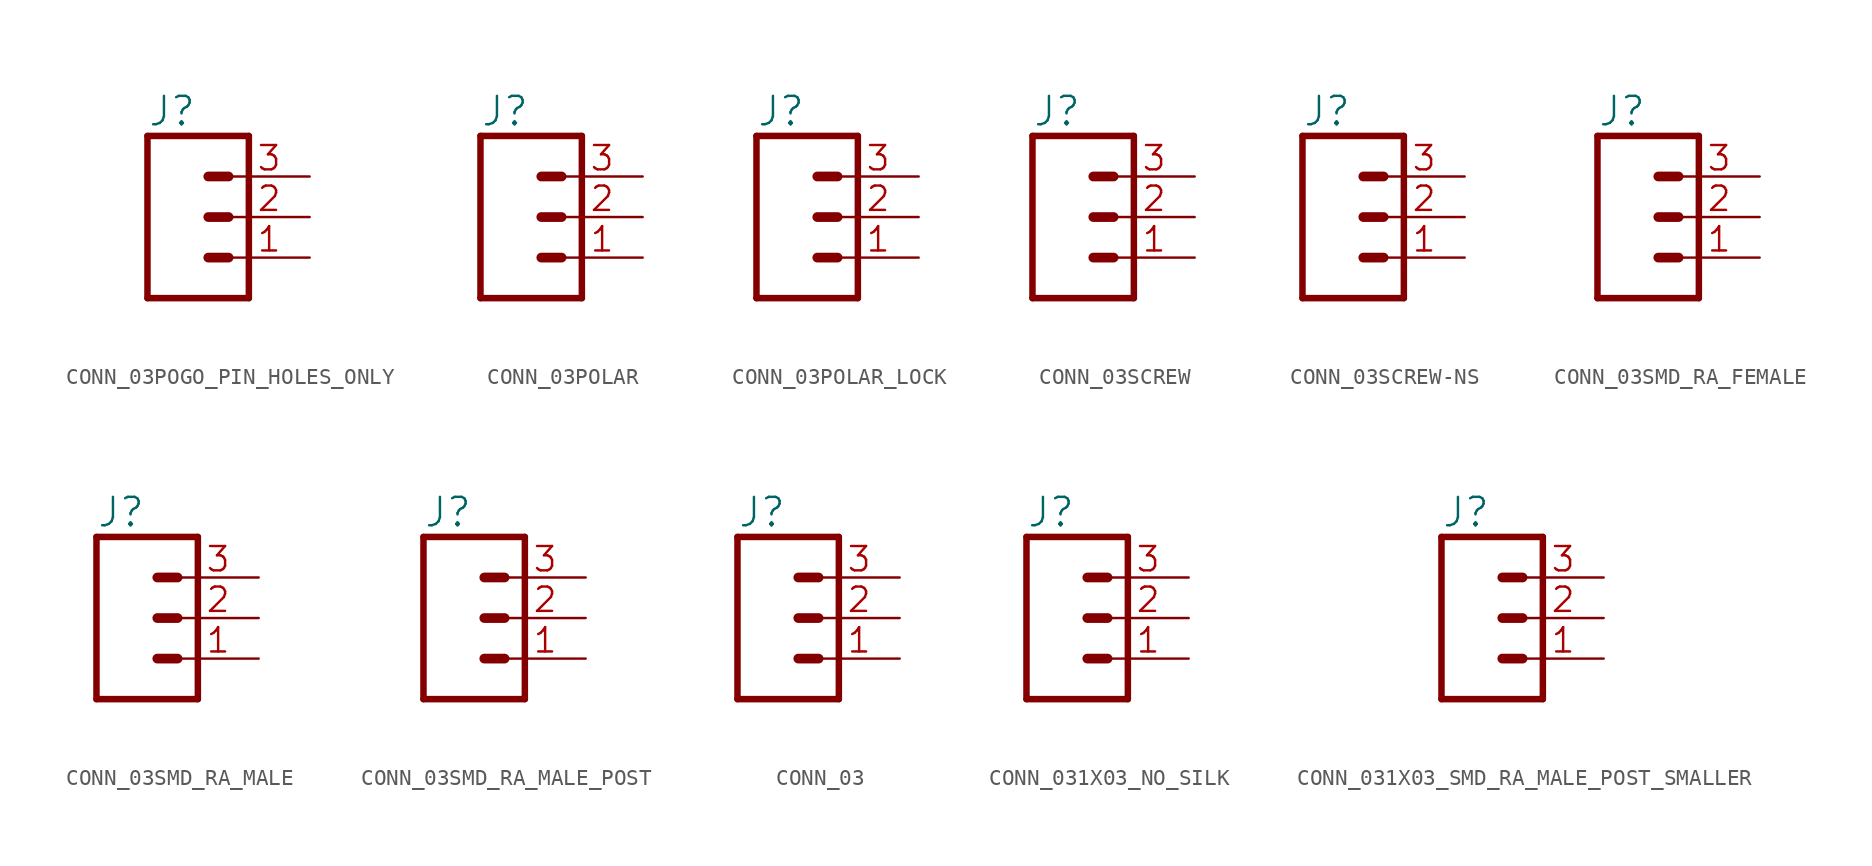
<source format=kicad_sym>
(kicad_symbol_lib
  (version 20241209)
  (generator "kicad_symbol_editor")
  (generator_version "9.0")
  (symbol "CONN_03POGO_PIN_HOLES_ONLY"
    (property "Reference" "J"
      (at -2.54 5.588 0)
      (effects (font (size 1.778 1.778)) (justify left bottom)))
    (property "Value" ""
      (at -2.54 -7.366 0)
      (effects (font (size 1.778 1.778)) (justify left bottom)))
    (property "ki_locked" ""
      (at 0 0 0)
      (effects (font (size 1.27 1.27))))
    (symbol "CONN_03POGO_PIN_HOLES_ONLY_1_0"
      (polyline (pts (xy -2.54 5.08) (xy -2.54 -5.08)) (stroke (width 0.406) (type solid)) (fill (type none)))
      (polyline (pts (xy -2.54 5.08) (xy 3.81 5.08)) (stroke (width 0.406) (type solid)) (fill (type none)))
      (polyline (pts (xy 1.27 2.54) (xy 2.54 2.54)) (stroke (width 0.61) (type solid)) (fill (type none)))
      (polyline (pts (xy 1.27 0) (xy 2.54 0)) (stroke (width 0.61) (type solid)) (fill (type none)))
      (polyline (pts (xy 1.27 -2.54) (xy 2.54 -2.54)) (stroke (width 0.61) (type solid)) (fill (type none)))
      (polyline (pts (xy 3.81 -5.08) (xy -2.54 -5.08)) (stroke (width 0.406) (type solid)) (fill (type none)))
      (polyline (pts (xy 3.81 -5.08) (xy 3.81 5.08)) (stroke (width 0.406) (type solid)) (fill (type none)))
      (pin passive line (at 7.62 2.54 180) (length 5.08) (name "3" (effects (font (size 0 0)))) (number "3" (effects (font (size 1.524 1.524)))))
      (pin passive line (at 7.62 0 180) (length 5.08) (name "2" (effects (font (size 0 0)))) (number "2" (effects (font (size 1.524 1.524)))))
      (pin passive line (at 7.62 -2.54 180) (length 5.08) (name "1" (effects (font (size 0 0)))) (number "1" (effects (font (size 1.524 1.524)))))))
  (symbol "CONN_03POLAR"
    (property "Reference" "J"
      (at -2.54 5.588 0)
      (effects (font (size 1.778 1.778)) (justify left bottom)))
    (property "Value" ""
      (at -2.54 -7.366 0)
      (effects (font (size 1.778 1.778)) (justify left bottom)))
    (property "ki_locked" ""
      (at 0 0 0)
      (effects (font (size 1.27 1.27))))
    (symbol "CONN_03POLAR_1_0"
      (polyline (pts (xy -2.54 5.08) (xy -2.54 -5.08)) (stroke (width 0.406) (type solid)) (fill (type none)))
      (polyline (pts (xy -2.54 5.08) (xy 3.81 5.08)) (stroke (width 0.406) (type solid)) (fill (type none)))
      (polyline (pts (xy 1.27 2.54) (xy 2.54 2.54)) (stroke (width 0.61) (type solid)) (fill (type none)))
      (polyline (pts (xy 1.27 0) (xy 2.54 0)) (stroke (width 0.61) (type solid)) (fill (type none)))
      (polyline (pts (xy 1.27 -2.54) (xy 2.54 -2.54)) (stroke (width 0.61) (type solid)) (fill (type none)))
      (polyline (pts (xy 3.81 -5.08) (xy -2.54 -5.08)) (stroke (width 0.406) (type solid)) (fill (type none)))
      (polyline (pts (xy 3.81 -5.08) (xy 3.81 5.08)) (stroke (width 0.406) (type solid)) (fill (type none)))
      (pin passive line (at 7.62 2.54 180) (length 5.08) (name "3" (effects (font (size 0 0)))) (number "3" (effects (font (size 1.524 1.524)))))
      (pin passive line (at 7.62 0 180) (length 5.08) (name "2" (effects (font (size 0 0)))) (number "2" (effects (font (size 1.524 1.524)))))
      (pin passive line (at 7.62 -2.54 180) (length 5.08) (name "1" (effects (font (size 0 0)))) (number "1" (effects (font (size 1.524 1.524)))))))
  (symbol "CONN_03POLAR_LOCK"
    (property "Reference" "J"
      (at -2.54 5.588 0)
      (effects (font (size 1.778 1.778)) (justify left bottom)))
    (property "Value" ""
      (at -2.54 -7.366 0)
      (effects (font (size 1.778 1.778)) (justify left bottom)))
    (property "ki_locked" ""
      (at 0 0 0)
      (effects (font (size 1.27 1.27))))
    (symbol "CONN_03POLAR_LOCK_1_0"
      (polyline (pts (xy -2.54 5.08) (xy -2.54 -5.08)) (stroke (width 0.406) (type solid)) (fill (type none)))
      (polyline (pts (xy -2.54 5.08) (xy 3.81 5.08)) (stroke (width 0.406) (type solid)) (fill (type none)))
      (polyline (pts (xy 1.27 2.54) (xy 2.54 2.54)) (stroke (width 0.61) (type solid)) (fill (type none)))
      (polyline (pts (xy 1.27 0) (xy 2.54 0)) (stroke (width 0.61) (type solid)) (fill (type none)))
      (polyline (pts (xy 1.27 -2.54) (xy 2.54 -2.54)) (stroke (width 0.61) (type solid)) (fill (type none)))
      (polyline (pts (xy 3.81 -5.08) (xy -2.54 -5.08)) (stroke (width 0.406) (type solid)) (fill (type none)))
      (polyline (pts (xy 3.81 -5.08) (xy 3.81 5.08)) (stroke (width 0.406) (type solid)) (fill (type none)))
      (pin passive line (at 7.62 2.54 180) (length 5.08) (name "3" (effects (font (size 0 0)))) (number "3" (effects (font (size 1.524 1.524)))))
      (pin passive line (at 7.62 0 180) (length 5.08) (name "2" (effects (font (size 0 0)))) (number "2" (effects (font (size 1.524 1.524)))))
      (pin passive line (at 7.62 -2.54 180) (length 5.08) (name "1" (effects (font (size 0 0)))) (number "1" (effects (font (size 1.524 1.524)))))))
  (symbol "CONN_03SCREW"
    (property "Reference" "J"
      (at -2.54 5.588 0)
      (effects (font (size 1.778 1.778)) (justify left bottom)))
    (property "Value" ""
      (at -2.54 -7.366 0)
      (effects (font (size 1.778 1.778)) (justify left bottom)))
    (property "ki_locked" ""
      (at 0 0 0)
      (effects (font (size 1.27 1.27))))
    (symbol "CONN_03SCREW_1_0"
      (polyline (pts (xy -2.54 5.08) (xy -2.54 -5.08)) (stroke (width 0.406) (type solid)) (fill (type none)))
      (polyline (pts (xy -2.54 5.08) (xy 3.81 5.08)) (stroke (width 0.406) (type solid)) (fill (type none)))
      (polyline (pts (xy 1.27 2.54) (xy 2.54 2.54)) (stroke (width 0.61) (type solid)) (fill (type none)))
      (polyline (pts (xy 1.27 0) (xy 2.54 0)) (stroke (width 0.61) (type solid)) (fill (type none)))
      (polyline (pts (xy 1.27 -2.54) (xy 2.54 -2.54)) (stroke (width 0.61) (type solid)) (fill (type none)))
      (polyline (pts (xy 3.81 -5.08) (xy -2.54 -5.08)) (stroke (width 0.406) (type solid)) (fill (type none)))
      (polyline (pts (xy 3.81 -5.08) (xy 3.81 5.08)) (stroke (width 0.406) (type solid)) (fill (type none)))
      (pin passive line (at 7.62 2.54 180) (length 5.08) (name "3" (effects (font (size 0 0)))) (number "3" (effects (font (size 1.524 1.524)))))
      (pin passive line (at 7.62 0 180) (length 5.08) (name "2" (effects (font (size 0 0)))) (number "2" (effects (font (size 1.524 1.524)))))
      (pin passive line (at 7.62 -2.54 180) (length 5.08) (name "1" (effects (font (size 0 0)))) (number "1" (effects (font (size 1.524 1.524)))))))
  (symbol "CONN_03SCREW-NS"
    (property "Reference" "J"
      (at -2.54 5.588 0)
      (effects (font (size 1.778 1.778)) (justify left bottom)))
    (property "Value" ""
      (at -2.54 -7.366 0)
      (effects (font (size 1.778 1.778)) (justify left bottom)))
    (property "ki_locked" ""
      (at 0 0 0)
      (effects (font (size 1.27 1.27))))
    (symbol "CONN_03SCREW-NS_1_0"
      (polyline (pts (xy -2.54 5.08) (xy -2.54 -5.08)) (stroke (width 0.406) (type solid)) (fill (type none)))
      (polyline (pts (xy -2.54 5.08) (xy 3.81 5.08)) (stroke (width 0.406) (type solid)) (fill (type none)))
      (polyline (pts (xy 1.27 2.54) (xy 2.54 2.54)) (stroke (width 0.61) (type solid)) (fill (type none)))
      (polyline (pts (xy 1.27 0) (xy 2.54 0)) (stroke (width 0.61) (type solid)) (fill (type none)))
      (polyline (pts (xy 1.27 -2.54) (xy 2.54 -2.54)) (stroke (width 0.61) (type solid)) (fill (type none)))
      (polyline (pts (xy 3.81 -5.08) (xy -2.54 -5.08)) (stroke (width 0.406) (type solid)) (fill (type none)))
      (polyline (pts (xy 3.81 -5.08) (xy 3.81 5.08)) (stroke (width 0.406) (type solid)) (fill (type none)))
      (pin passive line (at 7.62 2.54 180) (length 5.08) (name "3" (effects (font (size 0 0)))) (number "3" (effects (font (size 1.524 1.524)))))
      (pin passive line (at 7.62 0 180) (length 5.08) (name "2" (effects (font (size 0 0)))) (number "2" (effects (font (size 1.524 1.524)))))
      (pin passive line (at 7.62 -2.54 180) (length 5.08) (name "1" (effects (font (size 0 0)))) (number "1" (effects (font (size 1.524 1.524)))))))
  (symbol "CONN_03SMD_RA_FEMALE"
    (property "Reference" "J"
      (at -2.54 5.588 0)
      (effects (font (size 1.778 1.778)) (justify left bottom)))
    (property "Value" ""
      (at -2.54 -7.366 0)
      (effects (font (size 1.778 1.778)) (justify left bottom)))
    (property "ki_locked" ""
      (at 0 0 0)
      (effects (font (size 1.27 1.27))))
    (symbol "CONN_03SMD_RA_FEMALE_1_0"
      (polyline (pts (xy -2.54 5.08) (xy -2.54 -5.08)) (stroke (width 0.406) (type solid)) (fill (type none)))
      (polyline (pts (xy -2.54 5.08) (xy 3.81 5.08)) (stroke (width 0.406) (type solid)) (fill (type none)))
      (polyline (pts (xy 1.27 2.54) (xy 2.54 2.54)) (stroke (width 0.61) (type solid)) (fill (type none)))
      (polyline (pts (xy 1.27 0) (xy 2.54 0)) (stroke (width 0.61) (type solid)) (fill (type none)))
      (polyline (pts (xy 1.27 -2.54) (xy 2.54 -2.54)) (stroke (width 0.61) (type solid)) (fill (type none)))
      (polyline (pts (xy 3.81 -5.08) (xy -2.54 -5.08)) (stroke (width 0.406) (type solid)) (fill (type none)))
      (polyline (pts (xy 3.81 -5.08) (xy 3.81 5.08)) (stroke (width 0.406) (type solid)) (fill (type none)))
      (pin passive line (at 7.62 2.54 180) (length 5.08) (name "3" (effects (font (size 0 0)))) (number "3" (effects (font (size 1.524 1.524)))))
      (pin passive line (at 7.62 0 180) (length 5.08) (name "2" (effects (font (size 0 0)))) (number "2" (effects (font (size 1.524 1.524)))))
      (pin passive line (at 7.62 -2.54 180) (length 5.08) (name "1" (effects (font (size 0 0)))) (number "1" (effects (font (size 1.524 1.524)))))))
  (symbol "CONN_03SMD_RA_MALE"
    (property "Reference" "J"
      (at -2.54 5.588 0)
      (effects (font (size 1.778 1.778)) (justify left bottom)))
    (property "Value" ""
      (at -2.54 -7.366 0)
      (effects (font (size 1.778 1.778)) (justify left bottom)))
    (property "ki_locked" ""
      (at 0 0 0)
      (effects (font (size 1.27 1.27))))
    (symbol "CONN_03SMD_RA_MALE_1_0"
      (polyline (pts (xy -2.54 5.08) (xy -2.54 -5.08)) (stroke (width 0.406) (type solid)) (fill (type none)))
      (polyline (pts (xy -2.54 5.08) (xy 3.81 5.08)) (stroke (width 0.406) (type solid)) (fill (type none)))
      (polyline (pts (xy 1.27 2.54) (xy 2.54 2.54)) (stroke (width 0.61) (type solid)) (fill (type none)))
      (polyline (pts (xy 1.27 0) (xy 2.54 0)) (stroke (width 0.61) (type solid)) (fill (type none)))
      (polyline (pts (xy 1.27 -2.54) (xy 2.54 -2.54)) (stroke (width 0.61) (type solid)) (fill (type none)))
      (polyline (pts (xy 3.81 -5.08) (xy -2.54 -5.08)) (stroke (width 0.406) (type solid)) (fill (type none)))
      (polyline (pts (xy 3.81 -5.08) (xy 3.81 5.08)) (stroke (width 0.406) (type solid)) (fill (type none)))
      (pin passive line (at 7.62 2.54 180) (length 5.08) (name "3" (effects (font (size 0 0)))) (number "3" (effects (font (size 1.524 1.524)))))
      (pin passive line (at 7.62 0 180) (length 5.08) (name "2" (effects (font (size 0 0)))) (number "2" (effects (font (size 1.524 1.524)))))
      (pin passive line (at 7.62 -2.54 180) (length 5.08) (name "1" (effects (font (size 0 0)))) (number "1" (effects (font (size 1.524 1.524)))))))
  (symbol "CONN_03SMD_RA_MALE_POST"
    (property "Reference" "J"
      (at -2.54 5.588 0)
      (effects (font (size 1.778 1.778)) (justify left bottom)))
    (property "Value" ""
      (at -2.54 -7.366 0)
      (effects (font (size 1.778 1.778)) (justify left bottom)))
    (property "ki_locked" ""
      (at 0 0 0)
      (effects (font (size 1.27 1.27))))
    (symbol "CONN_03SMD_RA_MALE_POST_1_0"
      (polyline (pts (xy -2.54 5.08) (xy -2.54 -5.08)) (stroke (width 0.406) (type solid)) (fill (type none)))
      (polyline (pts (xy -2.54 5.08) (xy 3.81 5.08)) (stroke (width 0.406) (type solid)) (fill (type none)))
      (polyline (pts (xy 1.27 2.54) (xy 2.54 2.54)) (stroke (width 0.61) (type solid)) (fill (type none)))
      (polyline (pts (xy 1.27 0) (xy 2.54 0)) (stroke (width 0.61) (type solid)) (fill (type none)))
      (polyline (pts (xy 1.27 -2.54) (xy 2.54 -2.54)) (stroke (width 0.61) (type solid)) (fill (type none)))
      (polyline (pts (xy 3.81 -5.08) (xy -2.54 -5.08)) (stroke (width 0.406) (type solid)) (fill (type none)))
      (polyline (pts (xy 3.81 -5.08) (xy 3.81 5.08)) (stroke (width 0.406) (type solid)) (fill (type none)))
      (pin passive line (at 7.62 2.54 180) (length 5.08) (name "3" (effects (font (size 0 0)))) (number "3" (effects (font (size 1.524 1.524)))))
      (pin passive line (at 7.62 0 180) (length 5.08) (name "2" (effects (font (size 0 0)))) (number "2" (effects (font (size 1.524 1.524)))))
      (pin passive line (at 7.62 -2.54 180) (length 5.08) (name "1" (effects (font (size 0 0)))) (number "1" (effects (font (size 1.524 1.524)))))))
  (symbol "CONN_03"
    (property "Reference" "J"
      (at -2.54 5.588 0)
      (effects (font (size 1.778 1.778)) (justify left bottom)))
    (property "Value" ""
      (at -2.54 -7.366 0)
      (effects (font (size 1.778 1.778)) (justify left bottom)))
    (property "ki_locked" ""
      (at 0 0 0)
      (effects (font (size 1.27 1.27))))
    (symbol "CONN_03_1_0"
      (polyline (pts (xy -2.54 5.08) (xy -2.54 -5.08)) (stroke (width 0.406) (type solid)) (fill (type none)))
      (polyline (pts (xy -2.54 5.08) (xy 3.81 5.08)) (stroke (width 0.406) (type solid)) (fill (type none)))
      (polyline (pts (xy 1.27 2.54) (xy 2.54 2.54)) (stroke (width 0.61) (type solid)) (fill (type none)))
      (polyline (pts (xy 1.27 0) (xy 2.54 0)) (stroke (width 0.61) (type solid)) (fill (type none)))
      (polyline (pts (xy 1.27 -2.54) (xy 2.54 -2.54)) (stroke (width 0.61) (type solid)) (fill (type none)))
      (polyline (pts (xy 3.81 -5.08) (xy -2.54 -5.08)) (stroke (width 0.406) (type solid)) (fill (type none)))
      (polyline (pts (xy 3.81 -5.08) (xy 3.81 5.08)) (stroke (width 0.406) (type solid)) (fill (type none)))
      (pin passive line (at 7.62 2.54 180) (length 5.08) (name "3" (effects (font (size 0 0)))) (number "3" (effects (font (size 1.524 1.524)))))
      (pin passive line (at 7.62 0 180) (length 5.08) (name "2" (effects (font (size 0 0)))) (number "2" (effects (font (size 1.524 1.524)))))
      (pin passive line (at 7.62 -2.54 180) (length 5.08) (name "1" (effects (font (size 0 0)))) (number "1" (effects (font (size 1.524 1.524)))))))
  (symbol "CONN_031X03_NO_SILK"
    (property "Reference" "J"
      (at -2.54 5.588 0)
      (effects (font (size 1.778 1.778)) (justify left bottom)))
    (property "Value" ""
      (at -2.54 -7.366 0)
      (effects (font (size 1.778 1.778)) (justify left bottom)))
    (property "ki_locked" ""
      (at 0 0 0)
      (effects (font (size 1.27 1.27))))
    (symbol "CONN_031X03_NO_SILK_1_0"
      (polyline (pts (xy -2.54 5.08) (xy -2.54 -5.08)) (stroke (width 0.406) (type solid)) (fill (type none)))
      (polyline (pts (xy -2.54 5.08) (xy 3.81 5.08)) (stroke (width 0.406) (type solid)) (fill (type none)))
      (polyline (pts (xy 1.27 2.54) (xy 2.54 2.54)) (stroke (width 0.61) (type solid)) (fill (type none)))
      (polyline (pts (xy 1.27 0) (xy 2.54 0)) (stroke (width 0.61) (type solid)) (fill (type none)))
      (polyline (pts (xy 1.27 -2.54) (xy 2.54 -2.54)) (stroke (width 0.61) (type solid)) (fill (type none)))
      (polyline (pts (xy 3.81 -5.08) (xy -2.54 -5.08)) (stroke (width 0.406) (type solid)) (fill (type none)))
      (polyline (pts (xy 3.81 -5.08) (xy 3.81 5.08)) (stroke (width 0.406) (type solid)) (fill (type none)))
      (pin passive line (at 7.62 2.54 180) (length 5.08) (name "3" (effects (font (size 0 0)))) (number "3" (effects (font (size 1.524 1.524)))))
      (pin passive line (at 7.62 0 180) (length 5.08) (name "2" (effects (font (size 0 0)))) (number "2" (effects (font (size 1.524 1.524)))))
      (pin passive line (at 7.62 -2.54 180) (length 5.08) (name "1" (effects (font (size 0 0)))) (number "1" (effects (font (size 1.524 1.524)))))))
  (symbol "CONN_031X03_SMD_RA_MALE_POST_SMALLER"
    (property "Reference" "J"
      (at -2.54 5.588 0)
      (effects (font (size 1.778 1.778)) (justify left bottom)))
    (property "Value" ""
      (at -2.54 -7.366 0)
      (effects (font (size 1.778 1.778)) (justify left bottom)))
    (property "ki_locked" ""
      (at 0 0 0)
      (effects (font (size 1.27 1.27))))
    (symbol "CONN_031X03_SMD_RA_MALE_POST_SMALLER_1_0"
      (polyline (pts (xy -2.54 5.08) (xy -2.54 -5.08)) (stroke (width 0.406) (type solid)) (fill (type none)))
      (polyline (pts (xy -2.54 5.08) (xy 3.81 5.08)) (stroke (width 0.406) (type solid)) (fill (type none)))
      (polyline (pts (xy 1.27 2.54) (xy 2.54 2.54)) (stroke (width 0.61) (type solid)) (fill (type none)))
      (polyline (pts (xy 1.27 0) (xy 2.54 0)) (stroke (width 0.61) (type solid)) (fill (type none)))
      (polyline (pts (xy 1.27 -2.54) (xy 2.54 -2.54)) (stroke (width 0.61) (type solid)) (fill (type none)))
      (polyline (pts (xy 3.81 -5.08) (xy -2.54 -5.08)) (stroke (width 0.406) (type solid)) (fill (type none)))
      (polyline (pts (xy 3.81 -5.08) (xy 3.81 5.08)) (stroke (width 0.406) (type solid)) (fill (type none)))
      (pin passive line (at 7.62 2.54 180) (length 5.08) (name "3" (effects (font (size 0 0)))) (number "3" (effects (font (size 1.524 1.524)))))
      (pin passive line (at 7.62 0 180) (length 5.08) (name "2" (effects (font (size 0 0)))) (number "2" (effects (font (size 1.524 1.524)))))
      (pin passive line (at 7.62 -2.54 180) (length 5.08) (name "1" (effects (font (size 0 0)))) (number "1" (effects (font (size 1.524 1.524))))))))
</source>
